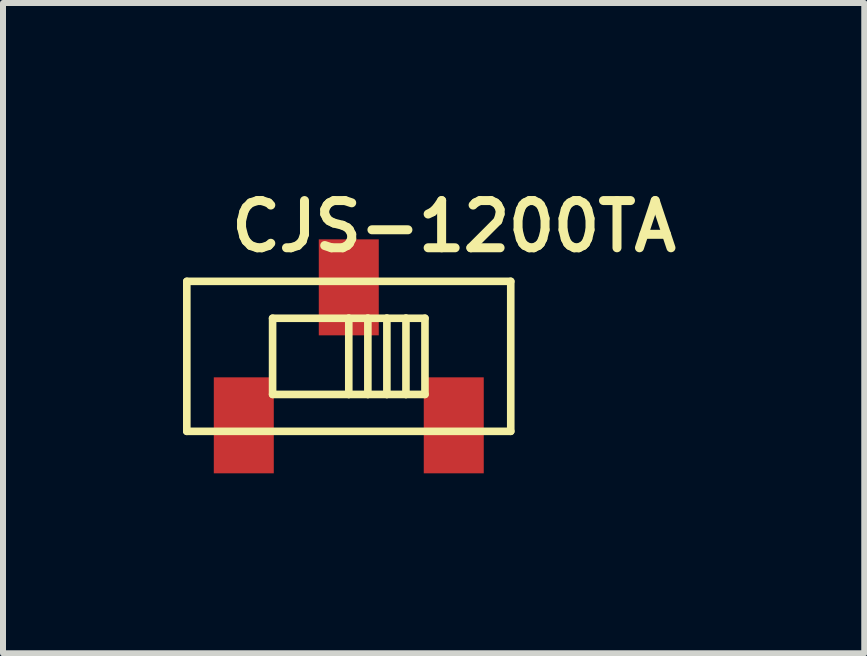
<source format=kicad_pcb>
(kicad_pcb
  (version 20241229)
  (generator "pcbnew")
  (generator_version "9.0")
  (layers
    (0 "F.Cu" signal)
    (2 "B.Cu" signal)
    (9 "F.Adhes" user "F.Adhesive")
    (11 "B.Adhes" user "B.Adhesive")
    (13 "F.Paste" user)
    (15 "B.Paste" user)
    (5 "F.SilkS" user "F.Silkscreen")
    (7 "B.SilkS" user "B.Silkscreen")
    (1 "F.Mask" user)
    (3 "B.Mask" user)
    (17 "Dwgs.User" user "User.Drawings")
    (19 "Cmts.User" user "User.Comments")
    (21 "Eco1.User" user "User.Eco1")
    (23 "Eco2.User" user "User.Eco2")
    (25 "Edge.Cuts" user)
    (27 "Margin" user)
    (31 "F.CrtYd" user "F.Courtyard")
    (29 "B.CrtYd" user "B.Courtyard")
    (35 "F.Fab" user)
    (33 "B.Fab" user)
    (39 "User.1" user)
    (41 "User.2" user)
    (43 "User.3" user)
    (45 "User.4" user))
  (footprint "CJS-1200TA"
    (layer "F.Cu")
    (at 2.764 2.89)
    (property "Reference" "CJS-1200TA" (at 1.754 -2.166 0) (layer "F.SilkS") (effects (font (size 0.787 0.787) (thickness 0.15))))
    (attr smd)
    (fp_line (start -2.7 -1.25) (end -2.7 1.25) (stroke (width 0.127) (type solid)) (layer "F.SilkS"))
    (fp_line (start -2.7 1.25) (end 2.7 1.25) (stroke (width 0.127) (type solid)) (layer "F.SilkS"))
    (fp_line (start -1.27 -0.635) (end 0 -0.635) (stroke (width 0.127) (type solid)) (layer "F.SilkS"))
    (fp_line (start -1.27 0.635) (end -1.27 -0.635) (stroke (width 0.127) (type solid)) (layer "F.SilkS"))
    (fp_line (start 0 -0.635) (end 0 0.635) (stroke (width 0.127) (type solid)) (layer "F.SilkS"))
    (fp_line (start 0 -0.635) (end 0.318 -0.635) (stroke (width 0.127) (type solid)) (layer "F.SilkS"))
    (fp_line (start 0 0.635) (end -1.27 0.635) (stroke (width 0.127) (type solid)) (layer "F.SilkS"))
    (fp_line (start 0.318 -0.635) (end 0.318 0.635) (stroke (width 0.127) (type solid)) (layer "F.SilkS"))
    (fp_line (start 0.318 -0.635) (end 0.635 -0.635) (stroke (width 0.127) (type solid)) (layer "F.SilkS"))
    (fp_line (start 0.318 0.635) (end 0 0.635) (stroke (width 0.127) (type solid)) (layer "F.SilkS"))
    (fp_line (start 0.635 -0.635) (end 0.635 0.635) (stroke (width 0.127) (type solid)) (layer "F.SilkS"))
    (fp_line (start 0.635 -0.635) (end 0.953 -0.635) (stroke (width 0.127) (type solid)) (layer "F.SilkS"))
    (fp_line (start 0.635 0.635) (end 0.318 0.635) (stroke (width 0.127) (type solid)) (layer "F.SilkS"))
    (fp_line (start 0.953 -0.635) (end 0.953 0.635) (stroke (width 0.127) (type solid)) (layer "F.SilkS"))
    (fp_line (start 0.953 -0.635) (end 1.27 -0.635) (stroke (width 0.127) (type solid)) (layer "F.SilkS"))
    (fp_line (start 0.953 0.635) (end 0.635 0.635) (stroke (width 0.127) (type solid)) (layer "F.SilkS"))
    (fp_line (start 1.27 -0.635) (end 1.27 0.635) (stroke (width 0.127) (type solid)) (layer "F.SilkS"))
    (fp_line (start 1.27 0.635) (end 0.953 0.635) (stroke (width 0.127) (type solid)) (layer "F.SilkS"))
    (fp_line (start 2.7 -1.25) (end -2.7 -1.25) (stroke (width 0.127) (type solid)) (layer "F.SilkS"))
    (fp_line (start 2.7 1.25) (end 2.7 -1.25) (stroke (width 0.127) (type solid)) (layer "F.SilkS"))
    (pad "1" smd rect (at -1.75 1.15 90) (size 1.6 1) (layers "F.Cu" "F.Mask" "F.Paste"))
    (pad "2C" smd rect (at 0 -1.15 90) (size 1.6 1) (layers "F.Cu" "F.Mask" "F.Paste"))
    (pad "3" smd rect (at 1.75 1.15 90) (size 1.6 1) (layers "F.Cu" "F.Mask" "F.Paste")))
  (gr_rect
    (start -3 -3)
    (end 11.357 7.84)
    (stroke (width 0.1) (type default))
    (fill no)
    (layer "Edge.Cuts")))
</source>
